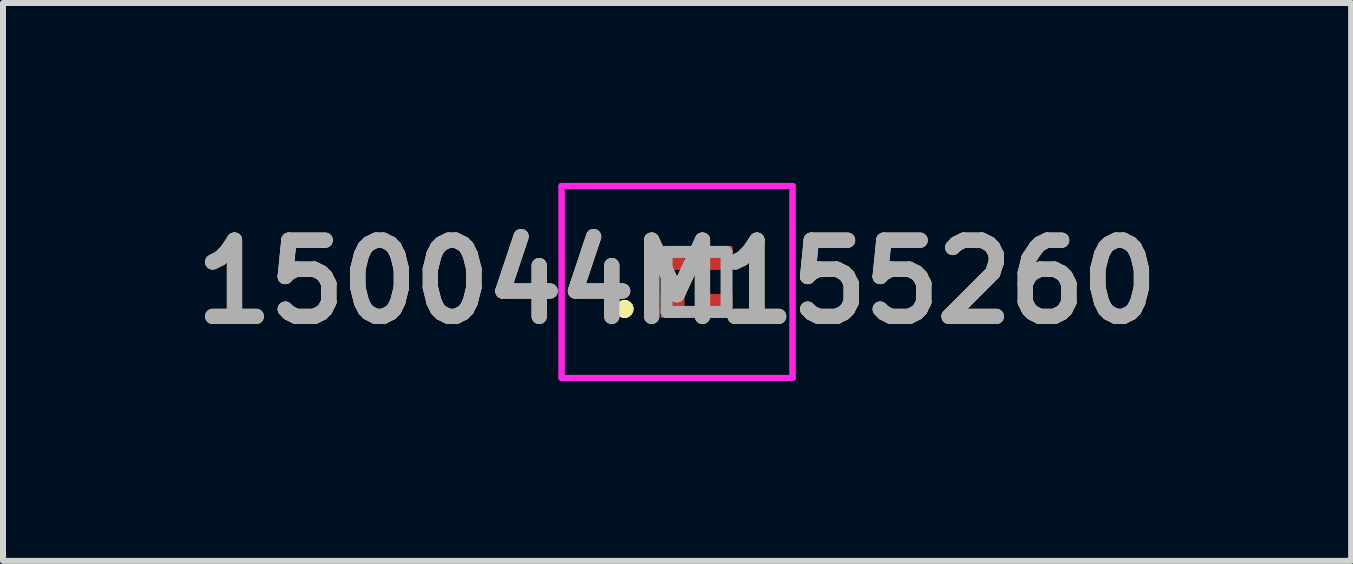
<source format=kicad_pcb>
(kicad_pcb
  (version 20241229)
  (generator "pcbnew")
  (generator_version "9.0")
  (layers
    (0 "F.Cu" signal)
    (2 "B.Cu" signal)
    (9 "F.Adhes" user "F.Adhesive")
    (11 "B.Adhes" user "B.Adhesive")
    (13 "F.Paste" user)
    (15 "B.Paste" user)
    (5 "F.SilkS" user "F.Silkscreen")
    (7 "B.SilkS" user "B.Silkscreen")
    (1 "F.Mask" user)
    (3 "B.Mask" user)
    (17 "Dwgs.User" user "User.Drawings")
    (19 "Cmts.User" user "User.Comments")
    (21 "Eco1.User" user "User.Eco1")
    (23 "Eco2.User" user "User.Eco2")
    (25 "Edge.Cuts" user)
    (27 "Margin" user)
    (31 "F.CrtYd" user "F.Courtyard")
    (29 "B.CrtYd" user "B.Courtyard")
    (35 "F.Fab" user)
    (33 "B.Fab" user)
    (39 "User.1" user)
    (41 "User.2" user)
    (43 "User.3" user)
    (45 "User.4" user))
  (footprint "150044M155260"
    (layer "F.Cu")
    (at 8.562 1.65)
    (property "Reference" "150044M155260" (at -0.325 0 0) (layer "F.SilkS") (effects (font (size 1.27 1.27) (thickness 0.254))))
    (attr smd)
    (fp_line (start -1.2 0.4) (end -1.2 0.4) (stroke (width 0.2) (type solid)) (layer "F.SilkS"))
    (fp_line (start -1.2 0.5) (end -1.2 0.5) (stroke (width 0.2) (type solid)) (layer "F.SilkS"))
    (fp_line (start -1.2 0.5) (end -1.2 0.5) (stroke (width 0.2) (type solid)) (layer "F.SilkS"))
    (fp_arc (start -1.2 0.4) (mid -1.15 0.45) (end -1.2 0.5) (stroke (width 0.2) (type solid)) (layer "F.SilkS"))
    (fp_arc (start -1.2 0.4) (mid -1.15 0.45) (end -1.2 0.5) (stroke (width 0.2) (type solid)) (layer "F.SilkS"))
    (fp_arc (start -1.2 0.5) (mid -1.25 0.45) (end -1.2 0.4) (stroke (width 0.2) (type solid)) (layer "F.SilkS"))
    (fp_line (start -2.25 -1.6) (end 1.6 -1.6) (stroke (width 0.1) (type solid)) (layer "F.CrtYd"))
    (fp_line (start -2.25 -1.6) (end 1.6 -1.6) (stroke (width 0.1) (type solid)) (layer "F.CrtYd"))
    (fp_line (start -2.25 1.6) (end -2.25 -1.6) (stroke (width 0.1) (type solid)) (layer "F.CrtYd"))
    (fp_line (start -2.25 1.6) (end -2.25 -1.6) (stroke (width 0.1) (type solid)) (layer "F.CrtYd"))
    (fp_line (start 1.6 -1.6) (end 1.6 1.6) (stroke (width 0.1) (type solid)) (layer "F.CrtYd"))
    (fp_line (start 1.6 -1.6) (end 1.6 1.6) (stroke (width 0.1) (type solid)) (layer "F.CrtYd"))
    (fp_line (start 1.6 1.6) (end -2.25 1.6) (stroke (width 0.1) (type solid)) (layer "F.CrtYd"))
    (fp_line (start 1.6 1.6) (end -2.25 1.6) (stroke (width 0.1) (type solid)) (layer "F.CrtYd"))
    (fp_line (start -0.5 -0.5) (end -0.5 0.5) (stroke (width 0.2) (type solid)) (layer "F.Fab"))
    (fp_line (start -0.5 0.5) (end 0.5 0.5) (stroke (width 0.2) (type solid)) (layer "F.Fab"))
    (fp_line (start 0.5 -0.5) (end -0.5 -0.5) (stroke (width 0.2) (type solid)) (layer "F.Fab"))
    (fp_line (start 0.5 0.5) (end 0.5 -0.5) (stroke (width 0.2) (type solid)) (layer "F.Fab"))
    (fp_text user "${REFERENCE}" (at -0.325 0 0) (layer "F.Fab") (effects (font (size 1.27 1.27) (thickness 0.254))))
    (pad "1" smd rect (at -0.4 0.4 90) (size 0.4 0.4) (layers "F.Cu" "F.Mask" "F.Paste"))
    (pad "2" smd rect (at -0.4 -0.4 90) (size 0.4 0.4) (layers "F.Cu" "F.Mask" "F.Paste"))
    (pad "3" smd rect (at 0.4 -0.4 90) (size 0.4 0.4) (layers "F.Cu" "F.Mask" "F.Paste"))
    (pad "4" smd rect (at 0.4 0.4 90) (size 0.4 0.4) (layers "F.Cu" "F.Mask" "F.Paste")))
  (gr_rect
    (start -3 -3)
    (end 19.474 6.3)
    (stroke (width 0.1) (type default))
    (fill no)
    (layer "Edge.Cuts")))
</source>
